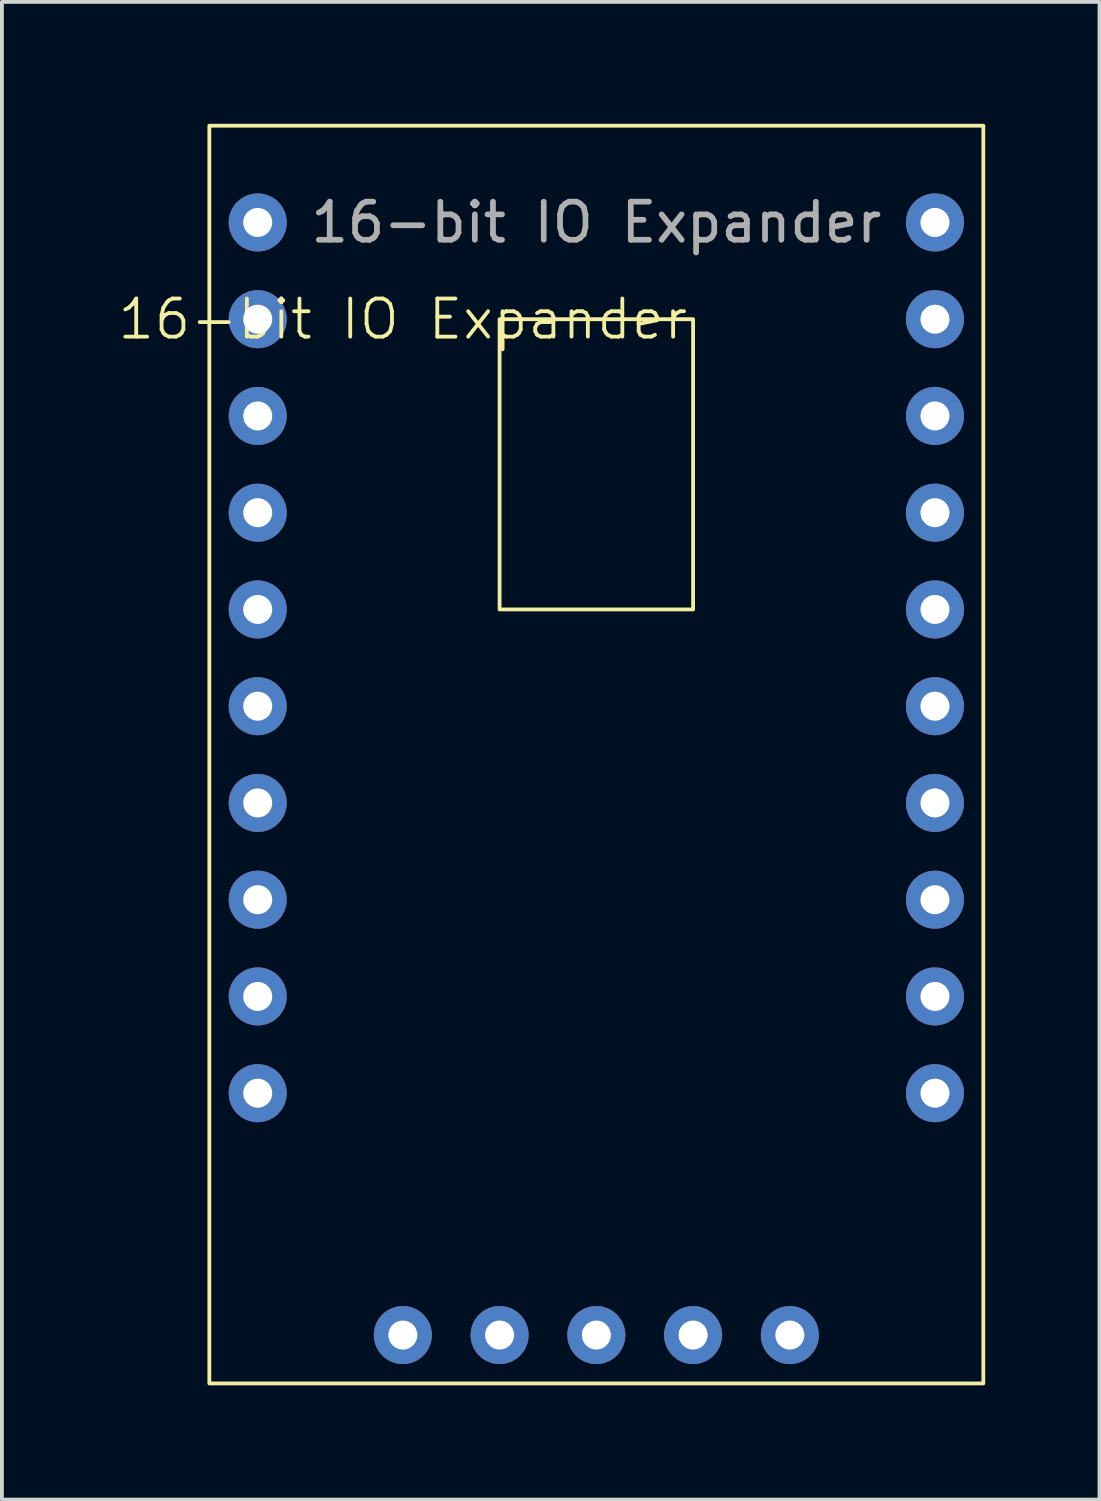
<source format=kicad_pcb>
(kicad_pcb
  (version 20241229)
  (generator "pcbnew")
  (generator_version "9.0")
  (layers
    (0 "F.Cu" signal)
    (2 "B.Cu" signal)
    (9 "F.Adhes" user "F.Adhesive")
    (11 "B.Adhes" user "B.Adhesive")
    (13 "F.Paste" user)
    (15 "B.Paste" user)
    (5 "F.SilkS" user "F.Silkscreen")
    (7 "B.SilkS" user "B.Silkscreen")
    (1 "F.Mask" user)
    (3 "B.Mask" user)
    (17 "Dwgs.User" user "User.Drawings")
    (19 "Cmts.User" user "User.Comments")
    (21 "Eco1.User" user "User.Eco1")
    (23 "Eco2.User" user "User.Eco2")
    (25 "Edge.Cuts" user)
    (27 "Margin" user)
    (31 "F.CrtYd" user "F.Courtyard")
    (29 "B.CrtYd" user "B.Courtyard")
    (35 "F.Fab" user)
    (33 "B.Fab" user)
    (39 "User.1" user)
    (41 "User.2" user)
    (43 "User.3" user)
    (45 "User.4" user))
  (footprint "16-bit IO Expander"
    (layer "F.Cu")
    (at 1.176 0.25)
    (property "Reference" "16-bit IO Expander" (at 6.35 5.08 0) (unlocked yes) (layer "F.SilkS") (effects (font (size 1 1) (thickness 0.1))))
    (attr through_hole)
    (fp_rect (start 1.27 0) (end 21.59 33.02) (stroke (width 0.1) (type default)) (fill no) (layer "F.SilkS"))
    (fp_rect (start 8.89 5.08) (end 13.97 12.7) (stroke (width 0.1) (type default)) (fill no) (layer "F.SilkS"))
    (fp_text user "${REFERENCE}" (at 11.43 2.54 0) (unlocked yes) (layer "F.Fab") (effects (font (size 1 1) (thickness 0.15))))
    (pad "1" thru_hole circle (at 2.54 2.54) (size 1.524 1.524) (drill 0.762) (layers "*.Cu" "*.Mask"))
    (pad "2" thru_hole circle (at 2.54 5.08) (size 1.524 1.524) (drill 0.762) (layers "*.Cu" "*.Mask"))
    (pad "3" thru_hole circle (at 2.54 7.62) (size 1.524 1.524) (drill 0.762) (layers "*.Cu" "*.Mask"))
    (pad "4" thru_hole circle (at 2.54 10.16) (size 1.524 1.524) (drill 0.762) (layers "*.Cu" "*.Mask"))
    (pad "5" thru_hole circle (at 2.54 12.7) (size 1.524 1.524) (drill 0.762) (layers "*.Cu" "*.Mask"))
    (pad "6" thru_hole circle (at 2.54 15.24) (size 1.524 1.524) (drill 0.762) (layers "*.Cu" "*.Mask"))
    (pad "7" thru_hole circle (at 2.54 17.78) (size 1.524 1.524) (drill 0.762) (layers "*.Cu" "*.Mask"))
    (pad "8" thru_hole circle (at 2.54 20.32) (size 1.524 1.524) (drill 0.762) (layers "*.Cu" "*.Mask"))
    (pad "9" thru_hole circle (at 2.54 22.86) (size 1.524 1.524) (drill 0.762) (layers "*.Cu" "*.Mask"))
    (pad "10" thru_hole circle (at 2.54 25.4) (size 1.524 1.524) (drill 0.762) (layers "*.Cu" "*.Mask"))
    (pad "11" thru_hole circle (at 20.32 25.4) (size 1.524 1.524) (drill 0.762) (layers "*.Cu" "*.Mask"))
    (pad "12" thru_hole circle (at 20.32 22.86) (size 1.524 1.524) (drill 0.762) (layers "*.Cu" "*.Mask"))
    (pad "13" thru_hole circle (at 20.32 20.32) (size 1.524 1.524) (drill 0.762) (layers "*.Cu" "*.Mask"))
    (pad "14" thru_hole circle (at 20.32 17.78) (size 1.524 1.524) (drill 0.762) (layers "*.Cu" "*.Mask"))
    (pad "15" thru_hole circle (at 20.32 15.24) (size 1.524 1.524) (drill 0.762) (layers "*.Cu" "*.Mask"))
    (pad "16" thru_hole circle (at 20.32 12.7) (size 1.524 1.524) (drill 0.762) (layers "*.Cu" "*.Mask"))
    (pad "17" thru_hole circle (at 20.32 10.16) (size 1.524 1.524) (drill 0.762) (layers "*.Cu" "*.Mask"))
    (pad "18" thru_hole circle (at 20.32 7.62) (size 1.524 1.524) (drill 0.762) (layers "*.Cu" "*.Mask"))
    (pad "19" thru_hole circle (at 20.32 5.08) (size 1.524 1.524) (drill 0.762) (layers "*.Cu" "*.Mask"))
    (pad "20" thru_hole circle (at 20.32 2.54) (size 1.524 1.524) (drill 0.762) (layers "*.Cu" "*.Mask"))
    (pad "21" thru_hole circle (at 6.35 31.75) (size 1.524 1.524) (drill 0.762) (layers "*.Cu" "*.Mask"))
    (pad "22" thru_hole circle (at 8.89 31.75) (size 1.524 1.524) (drill 0.762) (layers "*.Cu" "*.Mask"))
    (pad "23" thru_hole circle (at 11.43 31.75) (size 1.524 1.524) (drill 0.762) (layers "*.Cu" "*.Mask"))
    (pad "24" thru_hole circle (at 13.97 31.75) (size 1.524 1.524) (drill 0.762) (layers "*.Cu" "*.Mask"))
    (pad "25" thru_hole circle (at 16.51 31.75) (size 1.524 1.524) (drill 0.762) (layers "*.Cu" "*.Mask")))
  (gr_rect
    (start -3 -3)
    (end 25.816 36.32)
    (stroke (width 0.1) (type default))
    (fill no)
    (layer "Edge.Cuts")))
</source>
